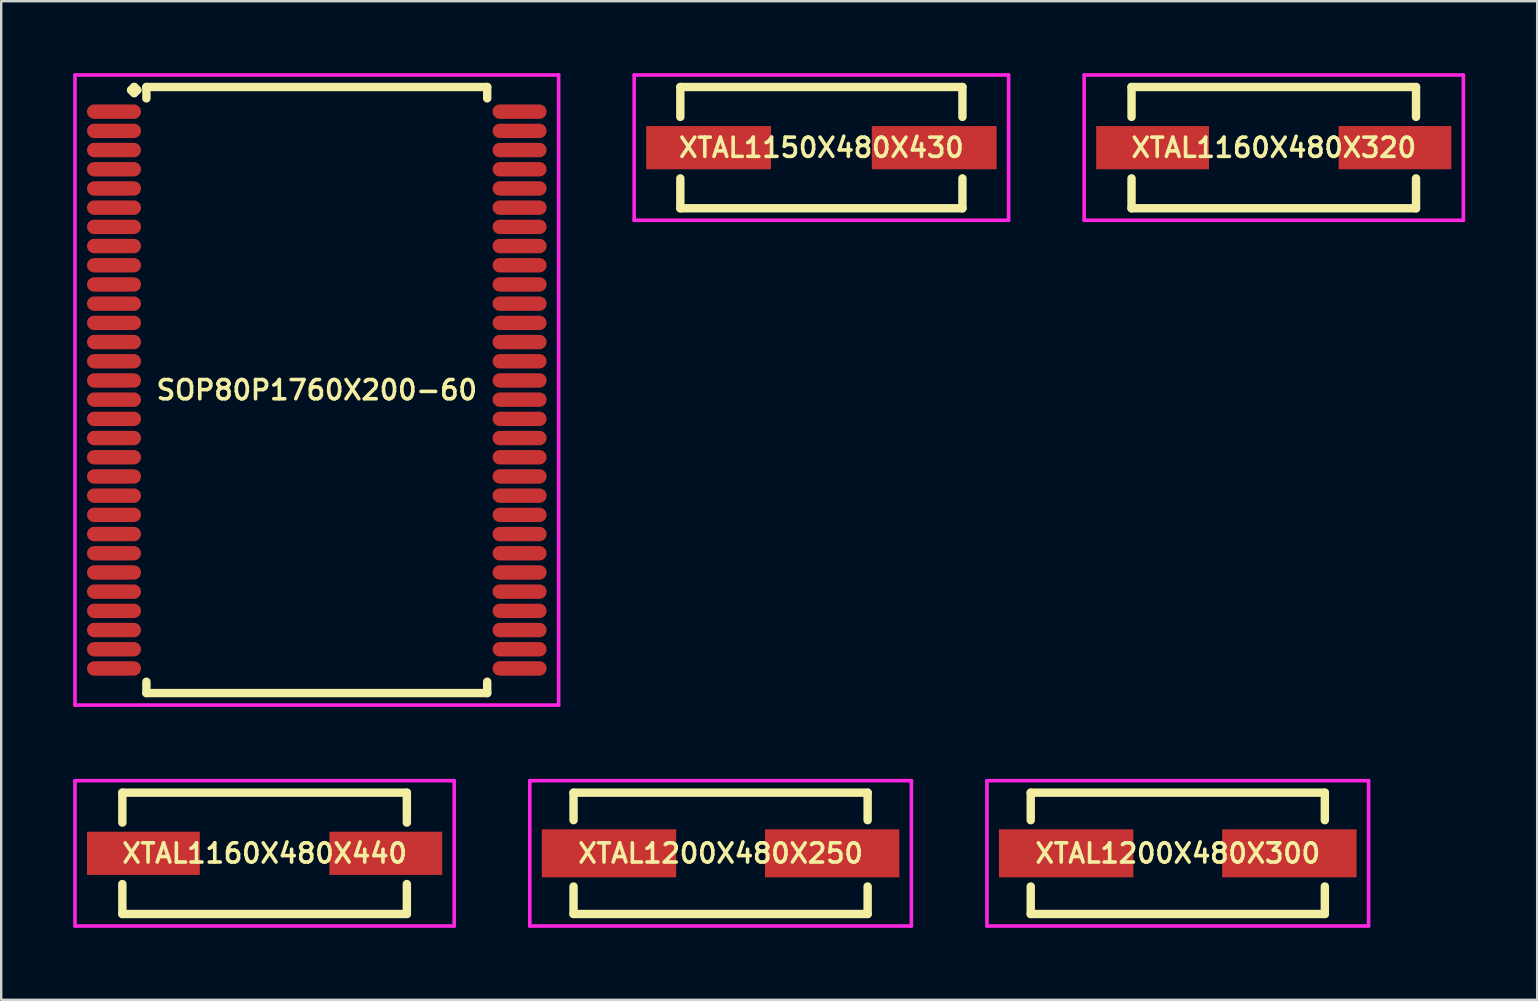
<source format=kicad_pcb>
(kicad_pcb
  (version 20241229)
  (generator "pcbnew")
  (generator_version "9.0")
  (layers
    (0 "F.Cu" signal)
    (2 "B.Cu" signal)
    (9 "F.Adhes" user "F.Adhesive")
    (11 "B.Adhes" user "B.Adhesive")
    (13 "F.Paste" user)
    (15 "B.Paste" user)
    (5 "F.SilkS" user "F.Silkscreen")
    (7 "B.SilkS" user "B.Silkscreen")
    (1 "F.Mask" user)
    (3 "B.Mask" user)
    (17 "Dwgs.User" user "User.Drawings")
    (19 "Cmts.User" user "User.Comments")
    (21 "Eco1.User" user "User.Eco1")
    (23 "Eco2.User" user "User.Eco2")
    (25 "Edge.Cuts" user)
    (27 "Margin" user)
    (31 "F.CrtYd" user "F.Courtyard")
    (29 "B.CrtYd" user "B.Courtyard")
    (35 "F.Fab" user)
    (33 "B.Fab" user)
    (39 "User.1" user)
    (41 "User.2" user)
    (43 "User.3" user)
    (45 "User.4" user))
  (footprint "XTAL1160X480X440"
    (layer "F.Cu")
    (at 7.975 32.506)
    (property "Reference" "XTAL1160X480X440" (at 0 0 0) (layer "F.SilkS") (effects (font (size 0.8 0.8) (thickness 0.15))))
    (attr smd)
    (fp_line (start -5.927 -2.527) (end 5.927 -2.527) (stroke (width 0.35) (type solid)) (layer "F.SilkS"))
    (fp_line (start -5.927 -1.281) (end -5.927 -2.527) (stroke (width 0.35) (type solid)) (layer "F.SilkS"))
    (fp_line (start -5.927 1.281) (end -5.927 2.527) (stroke (width 0.35) (type solid)) (layer "F.SilkS"))
    (fp_line (start -5.927 2.527) (end 5.927 2.527) (stroke (width 0.35) (type solid)) (layer "F.SilkS"))
    (fp_line (start 5.927 -2.527) (end 5.927 -1.281) (stroke (width 0.35) (type solid)) (layer "F.SilkS"))
    (fp_line (start 5.927 2.527) (end 5.927 1.281) (stroke (width 0.35) (type solid)) (layer "F.SilkS"))
    (fp_line (start -7.9 -3.027) (end 7.9 -3.027) (stroke (width 0.15) (type solid)) (layer "F.CrtYd"))
    (fp_line (start -7.9 3.027) (end -7.9 -3.027) (stroke (width 0.15) (type solid)) (layer "F.CrtYd"))
    (fp_line (start 7.9 -3.027) (end 7.9 3.027) (stroke (width 0.15) (type solid)) (layer "F.CrtYd"))
    (fp_line (start 7.9 3.027) (end -7.9 3.027) (stroke (width 0.15) (type solid)) (layer "F.CrtYd"))
    (pad "1" smd rect (at -5.05 0) (size 4.7 1.8) (layers "F.Cu" "F.Mask" "F.Paste"))
    (pad "2" smd rect (at 5.05 0) (size 4.7 1.8) (layers "F.Cu" "F.Mask" "F.Paste")))
  (footprint "SOP80P1760X200-60"
    (layer "F.Cu")
    (at 10.15 13.202)
    (property "Reference" "SOP80P1760X200-60" (at 0 0 0) (layer "F.SilkS") (effects (font (size 0.8 0.8) (thickness 0.15))))
    (attr smd)
    (fp_line (start -7.735 -12.5) (end -7.608 -12.627) (stroke (width 0.35) (type solid)) (layer "F.SilkS"))
    (fp_line (start -7.608 -12.627) (end -7.481 -12.5) (stroke (width 0.35) (type solid)) (layer "F.SilkS"))
    (fp_line (start -7.608 -12.373) (end -7.735 -12.5) (stroke (width 0.35) (type solid)) (layer "F.SilkS"))
    (fp_line (start -7.481 -12.5) (end -7.608 -12.373) (stroke (width 0.35) (type solid)) (layer "F.SilkS"))
    (fp_line (start -7.1 -12.627) (end 7.1 -12.627) (stroke (width 0.35) (type solid)) (layer "F.SilkS"))
    (fp_line (start -7.1 -12.154) (end -7.1 -12.627) (stroke (width 0.35) (type solid)) (layer "F.SilkS"))
    (fp_line (start -7.1 12.154) (end -7.1 12.627) (stroke (width 0.35) (type solid)) (layer "F.SilkS"))
    (fp_line (start -7.1 12.627) (end 7.1 12.627) (stroke (width 0.35) (type solid)) (layer "F.SilkS"))
    (fp_line (start 7.1 -12.627) (end 7.1 -12.154) (stroke (width 0.35) (type solid)) (layer "F.SilkS"))
    (fp_line (start 7.1 12.627) (end 7.1 12.154) (stroke (width 0.35) (type solid)) (layer "F.SilkS"))
    (fp_line (start -10.075 -13.127) (end 10.075 -13.127) (stroke (width 0.15) (type solid)) (layer "F.CrtYd"))
    (fp_line (start -10.075 13.127) (end -10.075 -13.127) (stroke (width 0.15) (type solid)) (layer "F.CrtYd"))
    (fp_line (start 10.075 -13.127) (end 10.075 13.127) (stroke (width 0.15) (type solid)) (layer "F.CrtYd"))
    (fp_line (start 10.075 13.127) (end -10.075 13.127) (stroke (width 0.15) (type solid)) (layer "F.CrtYd"))
    (pad "1" smd oval (at -8.45 -11.6) (size 2.25 0.6) (layers "F.Cu" "F.Mask" "F.Paste"))
    (pad "2" smd oval (at -8.45 -10.8) (size 2.25 0.6) (layers "F.Cu" "F.Mask" "F.Paste"))
    (pad "3" smd oval (at -8.45 -10) (size 2.25 0.6) (layers "F.Cu" "F.Mask" "F.Paste"))
    (pad "4" smd oval (at -8.45 -9.2) (size 2.25 0.6) (layers "F.Cu" "F.Mask" "F.Paste"))
    (pad "5" smd oval (at -8.45 -8.4) (size 2.25 0.6) (layers "F.Cu" "F.Mask" "F.Paste"))
    (pad "6" smd oval (at -8.45 -7.6) (size 2.25 0.6) (layers "F.Cu" "F.Mask" "F.Paste"))
    (pad "7" smd oval (at -8.45 -6.8) (size 2.25 0.6) (layers "F.Cu" "F.Mask" "F.Paste"))
    (pad "8" smd oval (at -8.45 -6) (size 2.25 0.6) (layers "F.Cu" "F.Mask" "F.Paste"))
    (pad "9" smd oval (at -8.45 -5.2) (size 2.25 0.6) (layers "F.Cu" "F.Mask" "F.Paste"))
    (pad "10" smd oval (at -8.45 -4.4) (size 2.25 0.6) (layers "F.Cu" "F.Mask" "F.Paste"))
    (pad "11" smd oval (at -8.45 -3.6) (size 2.25 0.6) (layers "F.Cu" "F.Mask" "F.Paste"))
    (pad "12" smd oval (at -8.45 -2.8) (size 2.25 0.6) (layers "F.Cu" "F.Mask" "F.Paste"))
    (pad "13" smd oval (at -8.45 -2) (size 2.25 0.6) (layers "F.Cu" "F.Mask" "F.Paste"))
    (pad "14" smd oval (at -8.45 -1.2) (size 2.25 0.6) (layers "F.Cu" "F.Mask" "F.Paste"))
    (pad "15" smd oval (at -8.45 -0.4) (size 2.25 0.6) (layers "F.Cu" "F.Mask" "F.Paste"))
    (pad "16" smd oval (at -8.45 0.4) (size 2.25 0.6) (layers "F.Cu" "F.Mask" "F.Paste"))
    (pad "17" smd oval (at -8.45 1.2) (size 2.25 0.6) (layers "F.Cu" "F.Mask" "F.Paste"))
    (pad "18" smd oval (at -8.45 2) (size 2.25 0.6) (layers "F.Cu" "F.Mask" "F.Paste"))
    (pad "19" smd oval (at -8.45 2.8) (size 2.25 0.6) (layers "F.Cu" "F.Mask" "F.Paste"))
    (pad "20" smd oval (at -8.45 3.6) (size 2.25 0.6) (layers "F.Cu" "F.Mask" "F.Paste"))
    (pad "21" smd oval (at -8.45 4.4) (size 2.25 0.6) (layers "F.Cu" "F.Mask" "F.Paste"))
    (pad "22" smd oval (at -8.45 5.2) (size 2.25 0.6) (layers "F.Cu" "F.Mask" "F.Paste"))
    (pad "23" smd oval (at -8.45 6) (size 2.25 0.6) (layers "F.Cu" "F.Mask" "F.Paste"))
    (pad "24" smd oval (at -8.45 6.8) (size 2.25 0.6) (layers "F.Cu" "F.Mask" "F.Paste"))
    (pad "25" smd oval (at -8.45 7.6) (size 2.25 0.6) (layers "F.Cu" "F.Mask" "F.Paste"))
    (pad "26" smd oval (at -8.45 8.4) (size 2.25 0.6) (layers "F.Cu" "F.Mask" "F.Paste"))
    (pad "27" smd oval (at -8.45 9.2) (size 2.25 0.6) (layers "F.Cu" "F.Mask" "F.Paste"))
    (pad "28" smd oval (at -8.45 10) (size 2.25 0.6) (layers "F.Cu" "F.Mask" "F.Paste"))
    (pad "29" smd oval (at -8.45 10.8) (size 2.25 0.6) (layers "F.Cu" "F.Mask" "F.Paste"))
    (pad "30" smd oval (at -8.45 11.6) (size 2.25 0.6) (layers "F.Cu" "F.Mask" "F.Paste"))
    (pad "31" smd oval (at 8.45 11.6) (size 2.25 0.6) (layers "F.Cu" "F.Mask" "F.Paste"))
    (pad "32" smd oval (at 8.45 10.8) (size 2.25 0.6) (layers "F.Cu" "F.Mask" "F.Paste"))
    (pad "33" smd oval (at 8.45 10) (size 2.25 0.6) (layers "F.Cu" "F.Mask" "F.Paste"))
    (pad "34" smd oval (at 8.45 9.2) (size 2.25 0.6) (layers "F.Cu" "F.Mask" "F.Paste"))
    (pad "35" smd oval (at 8.45 8.4) (size 2.25 0.6) (layers "F.Cu" "F.Mask" "F.Paste"))
    (pad "36" smd oval (at 8.45 7.6) (size 2.25 0.6) (layers "F.Cu" "F.Mask" "F.Paste"))
    (pad "37" smd oval (at 8.45 6.8) (size 2.25 0.6) (layers "F.Cu" "F.Mask" "F.Paste"))
    (pad "38" smd oval (at 8.45 6) (size 2.25 0.6) (layers "F.Cu" "F.Mask" "F.Paste"))
    (pad "39" smd oval (at 8.45 5.2) (size 2.25 0.6) (layers "F.Cu" "F.Mask" "F.Paste"))
    (pad "40" smd oval (at 8.45 4.4) (size 2.25 0.6) (layers "F.Cu" "F.Mask" "F.Paste"))
    (pad "41" smd oval (at 8.45 3.6) (size 2.25 0.6) (layers "F.Cu" "F.Mask" "F.Paste"))
    (pad "42" smd oval (at 8.45 2.8) (size 2.25 0.6) (layers "F.Cu" "F.Mask" "F.Paste"))
    (pad "43" smd oval (at 8.45 2) (size 2.25 0.6) (layers "F.Cu" "F.Mask" "F.Paste"))
    (pad "44" smd oval (at 8.45 1.2) (size 2.25 0.6) (layers "F.Cu" "F.Mask" "F.Paste"))
    (pad "45" smd oval (at 8.45 0.4) (size 2.25 0.6) (layers "F.Cu" "F.Mask" "F.Paste"))
    (pad "46" smd oval (at 8.45 -0.4) (size 2.25 0.6) (layers "F.Cu" "F.Mask" "F.Paste"))
    (pad "47" smd oval (at 8.45 -1.2) (size 2.25 0.6) (layers "F.Cu" "F.Mask" "F.Paste"))
    (pad "48" smd oval (at 8.45 -2) (size 2.25 0.6) (layers "F.Cu" "F.Mask" "F.Paste"))
    (pad "49" smd oval (at 8.45 -2.8) (size 2.25 0.6) (layers "F.Cu" "F.Mask" "F.Paste"))
    (pad "50" smd oval (at 8.45 -3.6) (size 2.25 0.6) (layers "F.Cu" "F.Mask" "F.Paste"))
    (pad "51" smd oval (at 8.45 -4.4) (size 2.25 0.6) (layers "F.Cu" "F.Mask" "F.Paste"))
    (pad "52" smd oval (at 8.45 -5.2) (size 2.25 0.6) (layers "F.Cu" "F.Mask" "F.Paste"))
    (pad "53" smd oval (at 8.45 -6) (size 2.25 0.6) (layers "F.Cu" "F.Mask" "F.Paste"))
    (pad "54" smd oval (at 8.45 -6.8) (size 2.25 0.6) (layers "F.Cu" "F.Mask" "F.Paste"))
    (pad "55" smd oval (at 8.45 -7.6) (size 2.25 0.6) (layers "F.Cu" "F.Mask" "F.Paste"))
    (pad "56" smd oval (at 8.45 -8.4) (size 2.25 0.6) (layers "F.Cu" "F.Mask" "F.Paste"))
    (pad "57" smd oval (at 8.45 -9.2) (size 2.25 0.6) (layers "F.Cu" "F.Mask" "F.Paste"))
    (pad "58" smd oval (at 8.45 -10) (size 2.25 0.6) (layers "F.Cu" "F.Mask" "F.Paste"))
    (pad "59" smd oval (at 8.45 -10.8) (size 2.25 0.6) (layers "F.Cu" "F.Mask" "F.Paste"))
    (pad "60" smd oval (at 8.45 -11.6) (size 2.25 0.6) (layers "F.Cu" "F.Mask" "F.Paste")))
  (footprint "XTAL1150X480X430"
    (layer "F.Cu")
    (at 31.175 3.102)
    (property "Reference" "XTAL1150X480X430" (at 0 0 0) (layer "F.SilkS") (effects (font (size 0.8 0.8) (thickness 0.15))))
    (attr smd)
    (fp_line (start -5.877 -2.527) (end 5.877 -2.527) (stroke (width 0.35) (type solid)) (layer "F.SilkS"))
    (fp_line (start -5.877 -1.281) (end -5.877 -2.527) (stroke (width 0.35) (type solid)) (layer "F.SilkS"))
    (fp_line (start -5.877 1.281) (end -5.877 2.527) (stroke (width 0.35) (type solid)) (layer "F.SilkS"))
    (fp_line (start -5.877 2.527) (end 5.877 2.527) (stroke (width 0.35) (type solid)) (layer "F.SilkS"))
    (fp_line (start 5.877 -2.527) (end 5.877 -1.281) (stroke (width 0.35) (type solid)) (layer "F.SilkS"))
    (fp_line (start 5.877 2.527) (end 5.877 1.281) (stroke (width 0.35) (type solid)) (layer "F.SilkS"))
    (fp_line (start -7.8 -3.027) (end 7.8 -3.027) (stroke (width 0.15) (type solid)) (layer "F.CrtYd"))
    (fp_line (start -7.8 3.027) (end -7.8 -3.027) (stroke (width 0.15) (type solid)) (layer "F.CrtYd"))
    (fp_line (start 7.8 -3.027) (end 7.8 3.027) (stroke (width 0.15) (type solid)) (layer "F.CrtYd"))
    (fp_line (start 7.8 3.027) (end -7.8 3.027) (stroke (width 0.15) (type solid)) (layer "F.CrtYd"))
    (pad "1" smd rect (at -4.7 0) (size 5.2 1.8) (layers "F.Cu" "F.Mask" "F.Paste"))
    (pad "2" smd rect (at 4.7 0) (size 5.2 1.8) (layers "F.Cu" "F.Mask" "F.Paste")))
  (footprint "XTAL1200X480X250"
    (layer "F.Cu")
    (at 26.975 32.506)
    (property "Reference" "XTAL1200X480X250" (at 0 0 0) (layer "F.SilkS") (effects (font (size 0.8 0.8) (thickness 0.15))))
    (attr through_hole)
    (fp_line (start -6.127 -2.527) (end 6.127 -2.527) (stroke (width 0.35) (type solid)) (layer "F.SilkS"))
    (fp_line (start -6.127 -1.381) (end -6.127 -2.527) (stroke (width 0.35) (type solid)) (layer "F.SilkS"))
    (fp_line (start -6.127 1.381) (end -6.127 2.527) (stroke (width 0.35) (type solid)) (layer "F.SilkS"))
    (fp_line (start -6.127 2.527) (end 6.127 2.527) (stroke (width 0.35) (type solid)) (layer "F.SilkS"))
    (fp_line (start 6.127 -2.527) (end 6.127 -1.381) (stroke (width 0.35) (type solid)) (layer "F.SilkS"))
    (fp_line (start 6.127 2.527) (end 6.127 1.381) (stroke (width 0.35) (type solid)) (layer "F.SilkS"))
    (fp_line (start -7.95 -3.027) (end 7.95 -3.027) (stroke (width 0.15) (type solid)) (layer "F.CrtYd"))
    (fp_line (start -7.95 3.027) (end -7.95 -3.027) (stroke (width 0.15) (type solid)) (layer "F.CrtYd"))
    (fp_line (start 7.95 -3.027) (end 7.95 3.027) (stroke (width 0.15) (type solid)) (layer "F.CrtYd"))
    (fp_line (start 7.95 3.027) (end -7.95 3.027) (stroke (width 0.15) (type solid)) (layer "F.CrtYd"))
    (pad "1" smd rect (at -4.65 0) (size 5.6 2) (layers "F.Cu" "F.Mask" "F.Paste"))
    (pad "2" smd rect (at 4.65 0) (size 5.6 2) (layers "F.Cu" "F.Mask" "F.Paste")))
  (footprint "XTAL1200X480X300"
    (layer "F.Cu")
    (at 46.025 32.506)
    (property "Reference" "XTAL1200X480X300" (at 0 0 0) (layer "F.SilkS") (effects (font (size 0.8 0.8) (thickness 0.15))))
    (attr through_hole)
    (fp_line (start -6.127 -2.527) (end 6.127 -2.527) (stroke (width 0.35) (type solid)) (layer "F.SilkS"))
    (fp_line (start -6.127 -1.381) (end -6.127 -2.527) (stroke (width 0.35) (type solid)) (layer "F.SilkS"))
    (fp_line (start -6.127 1.381) (end -6.127 2.527) (stroke (width 0.35) (type solid)) (layer "F.SilkS"))
    (fp_line (start -6.127 2.527) (end 6.127 2.527) (stroke (width 0.35) (type solid)) (layer "F.SilkS"))
    (fp_line (start 6.127 -2.527) (end 6.127 -1.381) (stroke (width 0.35) (type solid)) (layer "F.SilkS"))
    (fp_line (start 6.127 2.527) (end 6.127 1.381) (stroke (width 0.35) (type solid)) (layer "F.SilkS"))
    (fp_line (start -7.95 -3.027) (end 7.95 -3.027) (stroke (width 0.15) (type solid)) (layer "F.CrtYd"))
    (fp_line (start -7.95 3.027) (end -7.95 -3.027) (stroke (width 0.15) (type solid)) (layer "F.CrtYd"))
    (fp_line (start 7.95 -3.027) (end 7.95 3.027) (stroke (width 0.15) (type solid)) (layer "F.CrtYd"))
    (fp_line (start 7.95 3.027) (end -7.95 3.027) (stroke (width 0.15) (type solid)) (layer "F.CrtYd"))
    (pad "1" smd rect (at -4.65 0) (size 5.6 2) (layers "F.Cu" "F.Mask" "F.Paste"))
    (pad "2" smd rect (at 4.65 0) (size 5.6 2) (layers "F.Cu" "F.Mask" "F.Paste")))
  (footprint "XTAL1160X480X320"
    (layer "F.Cu")
    (at 50.025 3.102)
    (property "Reference" "XTAL1160X480X320" (at 0 0 0) (layer "F.SilkS") (effects (font (size 0.8 0.8) (thickness 0.15))))
    (attr smd)
    (fp_line (start -5.927 -2.527) (end 5.927 -2.527) (stroke (width 0.35) (type solid)) (layer "F.SilkS"))
    (fp_line (start -5.927 -1.281) (end -5.927 -2.527) (stroke (width 0.35) (type solid)) (layer "F.SilkS"))
    (fp_line (start -5.927 1.281) (end -5.927 2.527) (stroke (width 0.35) (type solid)) (layer "F.SilkS"))
    (fp_line (start -5.927 2.527) (end 5.927 2.527) (stroke (width 0.35) (type solid)) (layer "F.SilkS"))
    (fp_line (start 5.927 -2.527) (end 5.927 -1.281) (stroke (width 0.35) (type solid)) (layer "F.SilkS"))
    (fp_line (start 5.927 2.527) (end 5.927 1.281) (stroke (width 0.35) (type solid)) (layer "F.SilkS"))
    (fp_line (start -7.9 -3.027) (end 7.9 -3.027) (stroke (width 0.15) (type solid)) (layer "F.CrtYd"))
    (fp_line (start -7.9 3.027) (end -7.9 -3.027) (stroke (width 0.15) (type solid)) (layer "F.CrtYd"))
    (fp_line (start 7.9 -3.027) (end 7.9 3.027) (stroke (width 0.15) (type solid)) (layer "F.CrtYd"))
    (fp_line (start 7.9 3.027) (end -7.9 3.027) (stroke (width 0.15) (type solid)) (layer "F.CrtYd"))
    (pad "1" smd rect (at -5.05 0) (size 4.7 1.8) (layers "F.Cu" "F.Mask" "F.Paste"))
    (pad "2" smd rect (at 5.05 0) (size 4.7 1.8) (layers "F.Cu" "F.Mask" "F.Paste")))
  (gr_rect
    (start -3 -3)
    (end 61 38.608)
    (stroke (width 0.1) (type default))
    (fill no)
    (layer "Edge.Cuts")))
</source>
